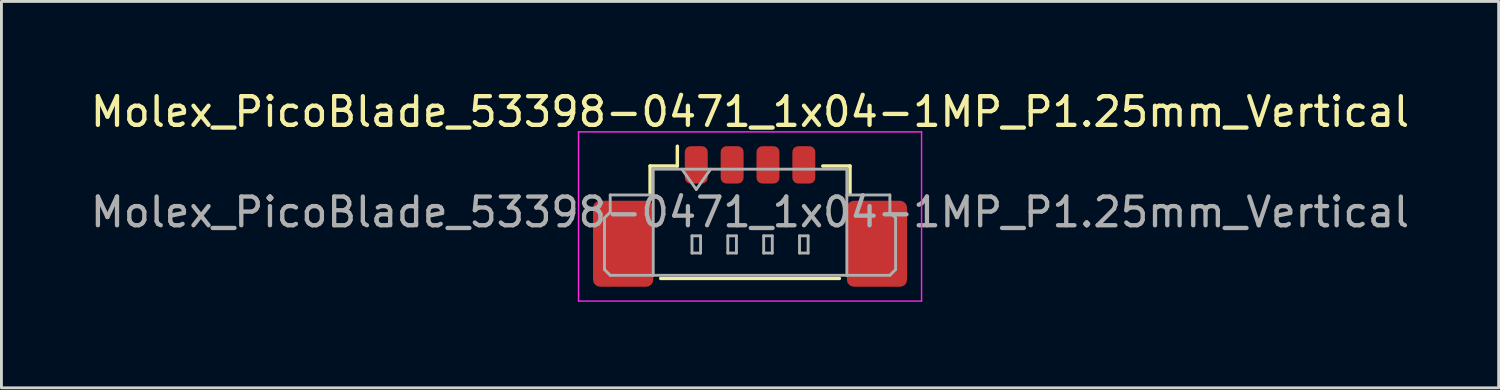
<source format=kicad_pcb>
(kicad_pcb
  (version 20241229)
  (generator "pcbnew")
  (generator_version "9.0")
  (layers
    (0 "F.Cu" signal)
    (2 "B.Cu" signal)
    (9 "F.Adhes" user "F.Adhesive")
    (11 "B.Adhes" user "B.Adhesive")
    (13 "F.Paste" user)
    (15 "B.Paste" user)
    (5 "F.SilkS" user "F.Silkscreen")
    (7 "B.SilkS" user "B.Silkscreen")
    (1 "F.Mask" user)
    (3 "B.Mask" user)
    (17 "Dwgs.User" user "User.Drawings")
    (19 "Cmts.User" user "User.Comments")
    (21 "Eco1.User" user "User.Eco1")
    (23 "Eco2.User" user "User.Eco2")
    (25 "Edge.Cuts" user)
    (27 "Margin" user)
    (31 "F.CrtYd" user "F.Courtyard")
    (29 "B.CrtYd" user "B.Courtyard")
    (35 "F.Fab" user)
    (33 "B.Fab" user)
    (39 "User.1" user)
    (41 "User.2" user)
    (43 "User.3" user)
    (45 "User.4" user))
  (footprint "Molex_PicoBlade_53398-0471_1x04-1MP_P1.25mm_Vertical"
    (layer "F.Cu")
    (at 23.101 3.948)
    (property "Reference" "Molex_PicoBlade_53398-0471_1x04-1MP_P1.25mm_Vertical" (at 0 -3.1 180) (layer "F.SilkS") (effects (font (size 1 1) (thickness 0.15))))
    (attr smd dnp)
    (fp_line (start -3.485 -1.21) (end -2.535 -1.21) (stroke (width 0.12) (type solid)) (layer "F.SilkS"))
    (fp_line (start -3.485 -0.26) (end -3.485 -1.21) (stroke (width 0.12) (type solid)) (layer "F.SilkS"))
    (fp_line (start -3.115 2.71) (end 3.115 2.71) (stroke (width 0.12) (type solid)) (layer "F.SilkS"))
    (fp_line (start -2.535 -1.21) (end -2.535 -1.9) (stroke (width 0.12) (type solid)) (layer "F.SilkS"))
    (fp_line (start 3.485 -1.21) (end 2.535 -1.21) (stroke (width 0.12) (type solid)) (layer "F.SilkS"))
    (fp_line (start 3.485 -0.26) (end 3.485 -1.21) (stroke (width 0.12) (type solid)) (layer "F.SilkS"))
    (fp_line (start -5.98 -2.4) (end -5.98 3.5) (stroke (width 0.05) (type solid)) (layer "F.CrtYd"))
    (fp_line (start -5.98 3.5) (end 5.98 3.5) (stroke (width 0.05) (type solid)) (layer "F.CrtYd"))
    (fp_line (start 5.98 -2.4) (end -5.98 -2.4) (stroke (width 0.05) (type solid)) (layer "F.CrtYd"))
    (fp_line (start 5.98 3.5) (end 5.98 -2.4) (stroke (width 0.05) (type solid)) (layer "F.CrtYd"))
    (fp_line (start -5.075 0.6) (end -4.875 0.4) (stroke (width 0.1) (type solid)) (layer "F.Fab"))
    (fp_line (start -5.075 2.4) (end -5.075 0.6) (stroke (width 0.1) (type solid)) (layer "F.Fab"))
    (fp_line (start -4.875 -0.2) (end -3.375 -0.2) (stroke (width 0.1) (type solid)) (layer "F.Fab"))
    (fp_line (start -4.875 0.4) (end -4.875 -0.2) (stroke (width 0.1) (type solid)) (layer "F.Fab"))
    (fp_line (start -4.875 2.6) (end -5.075 2.4) (stroke (width 0.1) (type solid)) (layer "F.Fab"))
    (fp_line (start -3.375 -1.1) (end -3.375 2.6) (stroke (width 0.1) (type solid)) (layer "F.Fab"))
    (fp_line (start -3.375 -1.1) (end 3.375 -1.1) (stroke (width 0.1) (type solid)) (layer "F.Fab"))
    (fp_line (start -3.375 2.6) (end -4.875 2.6) (stroke (width 0.1) (type solid)) (layer "F.Fab"))
    (fp_line (start -3.375 2.6) (end 3.375 2.6) (stroke (width 0.1) (type solid)) (layer "F.Fab"))
    (fp_line (start -2.375 -1.1) (end -1.875 -0.393) (stroke (width 0.1) (type solid)) (layer "F.Fab"))
    (fp_line (start -2.025 1.225) (end -2.025 1.825) (stroke (width 0.1) (type solid)) (layer "F.Fab"))
    (fp_line (start -2.025 1.825) (end -1.725 1.825) (stroke (width 0.1) (type solid)) (layer "F.Fab"))
    (fp_line (start -1.875 -0.393) (end -1.375 -1.1) (stroke (width 0.1) (type solid)) (layer "F.Fab"))
    (fp_line (start -1.725 1.225) (end -2.025 1.225) (stroke (width 0.1) (type solid)) (layer "F.Fab"))
    (fp_line (start -1.725 1.825) (end -1.725 1.225) (stroke (width 0.1) (type solid)) (layer "F.Fab"))
    (fp_line (start -0.775 1.225) (end -0.775 1.825) (stroke (width 0.1) (type solid)) (layer "F.Fab"))
    (fp_line (start -0.775 1.825) (end -0.475 1.825) (stroke (width 0.1) (type solid)) (layer "F.Fab"))
    (fp_line (start -0.475 1.225) (end -0.775 1.225) (stroke (width 0.1) (type solid)) (layer "F.Fab"))
    (fp_line (start -0.475 1.825) (end -0.475 1.225) (stroke (width 0.1) (type solid)) (layer "F.Fab"))
    (fp_line (start 0.475 1.225) (end 0.475 1.825) (stroke (width 0.1) (type solid)) (layer "F.Fab"))
    (fp_line (start 0.475 1.825) (end 0.775 1.825) (stroke (width 0.1) (type solid)) (layer "F.Fab"))
    (fp_line (start 0.775 1.225) (end 0.475 1.225) (stroke (width 0.1) (type solid)) (layer "F.Fab"))
    (fp_line (start 0.775 1.825) (end 0.775 1.225) (stroke (width 0.1) (type solid)) (layer "F.Fab"))
    (fp_line (start 1.725 1.225) (end 1.725 1.825) (stroke (width 0.1) (type solid)) (layer "F.Fab"))
    (fp_line (start 1.725 1.825) (end 2.025 1.825) (stroke (width 0.1) (type solid)) (layer "F.Fab"))
    (fp_line (start 2.025 1.225) (end 1.725 1.225) (stroke (width 0.1) (type solid)) (layer "F.Fab"))
    (fp_line (start 2.025 1.825) (end 2.025 1.225) (stroke (width 0.1) (type solid)) (layer "F.Fab"))
    (fp_line (start 3.375 -1.1) (end 3.375 2.6) (stroke (width 0.1) (type solid)) (layer "F.Fab"))
    (fp_line (start 3.375 2.6) (end 4.875 2.6) (stroke (width 0.1) (type solid)) (layer "F.Fab"))
    (fp_line (start 4.875 -0.2) (end 3.375 -0.2) (stroke (width 0.1) (type solid)) (layer "F.Fab"))
    (fp_line (start 4.875 0.4) (end 4.875 -0.2) (stroke (width 0.1) (type solid)) (layer "F.Fab"))
    (fp_line (start 4.875 2.6) (end 5.075 2.4) (stroke (width 0.1) (type solid)) (layer "F.Fab"))
    (fp_line (start 5.075 0.6) (end 4.875 0.4) (stroke (width 0.1) (type solid)) (layer "F.Fab"))
    (fp_line (start 5.075 2.4) (end 5.075 0.6) (stroke (width 0.1) (type solid)) (layer "F.Fab"))
    (fp_text user "${REFERENCE}" (at 0 0.4 180) (layer "F.Fab") (effects (font (size 1 1) (thickness 0.15))))
    (pad "1" smd roundrect (at -1.875 -1.25) (size 0.8 1.3) (layers "F.Cu" "F.Mask" "F.Paste") (roundrect_rratio 0.25))
    (pad "2" smd roundrect (at -0.625 -1.25) (size 0.8 1.3) (layers "F.Cu" "F.Mask" "F.Paste") (roundrect_rratio 0.25))
    (pad "3" smd roundrect (at 0.625 -1.25) (size 0.8 1.3) (layers "F.Cu" "F.Mask" "F.Paste") (roundrect_rratio 0.25))
    (pad "4" smd roundrect (at 1.875 -1.25) (size 0.8 1.3) (layers "F.Cu" "F.Mask" "F.Paste") (roundrect_rratio 0.25))
    (pad "MP" smd roundrect (at -4.425 1.5) (size 2.1 3) (layers "F.Cu" "F.Mask" "F.Paste") (roundrect_rratio 0.119))
    (pad "MP" smd roundrect (at 4.425 1.5) (size 2.1 3) (layers "F.Cu" "F.Mask" "F.Paste") (roundrect_rratio 0.119)))
  (gr_rect
    (start -3 -3)
    (end 49.202 10.473)
    (stroke (width 0.1) (type default))
    (fill no)
    (layer "Edge.Cuts")))
</source>
